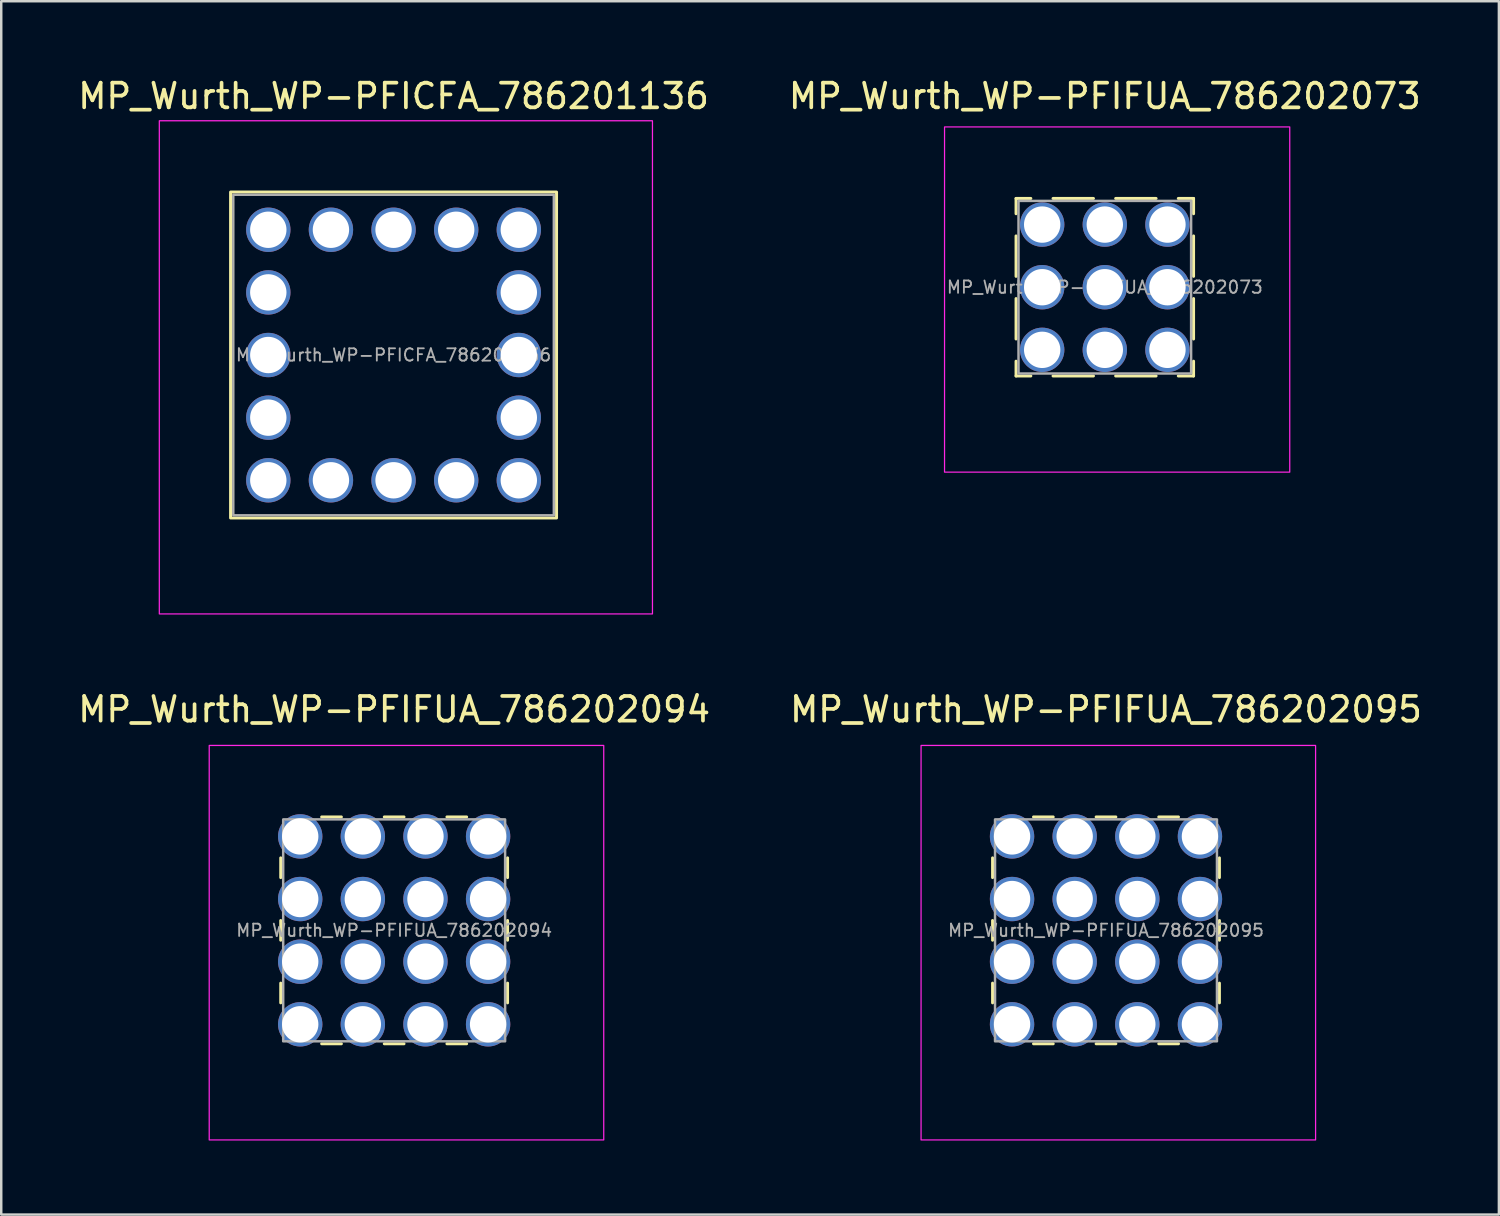
<source format=kicad_pcb>
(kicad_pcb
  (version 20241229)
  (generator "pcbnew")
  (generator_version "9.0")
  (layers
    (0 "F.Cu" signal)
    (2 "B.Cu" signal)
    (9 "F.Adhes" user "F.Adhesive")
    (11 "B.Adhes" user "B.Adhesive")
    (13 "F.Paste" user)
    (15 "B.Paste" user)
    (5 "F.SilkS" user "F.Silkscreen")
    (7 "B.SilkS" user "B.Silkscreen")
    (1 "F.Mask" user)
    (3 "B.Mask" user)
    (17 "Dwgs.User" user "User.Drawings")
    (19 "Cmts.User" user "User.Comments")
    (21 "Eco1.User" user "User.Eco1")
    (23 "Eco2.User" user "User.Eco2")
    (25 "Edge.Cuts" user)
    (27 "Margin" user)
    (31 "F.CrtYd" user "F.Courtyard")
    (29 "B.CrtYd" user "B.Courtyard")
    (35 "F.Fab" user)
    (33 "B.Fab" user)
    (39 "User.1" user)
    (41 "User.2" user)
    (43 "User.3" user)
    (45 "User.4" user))
  (footprint "MP_Wurth_WP-PFIFUA_786202094"
    (layer "F.Cu")
    (at 12.935 34.681)
    (property "Reference" "MP_Wurth_WP-PFIFUA_786202094" (at 0 -8.96 0) (unlocked yes) (layer "F.SilkS") (effects (font (size 1 1) (thickness 0.15))))
    (attr through_hole)
    (fp_line (start -4.6 -2.14) (end -4.6 -2.94) (stroke (width 0.12) (type solid)) (layer "F.SilkS"))
    (fp_line (start -4.6 0.4) (end -4.6 -0.4) (stroke (width 0.12) (type solid)) (layer "F.SilkS"))
    (fp_line (start -4.6 2.94) (end -4.6 2.14) (stroke (width 0.12) (type solid)) (layer "F.SilkS"))
    (fp_line (start -2.94 -4.6) (end -2.14 -4.6) (stroke (width 0.12) (type solid)) (layer "F.SilkS"))
    (fp_line (start -2.14 4.6) (end -2.94 4.6) (stroke (width 0.12) (type solid)) (layer "F.SilkS"))
    (fp_line (start -0.4 -4.6) (end 0.4 -4.6) (stroke (width 0.12) (type solid)) (layer "F.SilkS"))
    (fp_line (start 0.4 4.6) (end -0.4 4.6) (stroke (width 0.12) (type solid)) (layer "F.SilkS"))
    (fp_line (start 2.14 -4.6) (end 2.94 -4.6) (stroke (width 0.12) (type solid)) (layer "F.SilkS"))
    (fp_line (start 2.94 4.6) (end 2.14 4.6) (stroke (width 0.12) (type solid)) (layer "F.SilkS"))
    (fp_line (start 4.6 -2.94) (end 4.6 -2.14) (stroke (width 0.12) (type solid)) (layer "F.SilkS"))
    (fp_line (start 4.6 -0.4) (end 4.6 0.4) (stroke (width 0.12) (type solid)) (layer "F.SilkS"))
    (fp_line (start 4.6 2.14) (end 4.6 2.94) (stroke (width 0.12) (type solid)) (layer "F.SilkS"))
    (fp_rect (start -7.5 -7.5) (end 8.5 8.5) (stroke (width 0.05) (type solid)) (fill no) (layer "F.CrtYd"))
    (fp_rect (start -4.5 -4.5) (end 4.5 4.5) (stroke (width 0.1) (type solid)) (fill no) (layer "F.Fab"))
    (fp_text user "${REFERENCE}" (at 0 0 0) (unlocked yes) (layer "F.Fab") (effects (font (size 0.5 0.5) (thickness 0.075))))
    (pad "1" thru_hole circle (at -3.81 -3.81) (size 1.8 1.8) (drill 1.475) (layers "*.Cu" "*.Mask"))
    (pad "1" thru_hole circle (at -3.81 -1.27) (size 1.8 1.8) (drill 1.475) (layers "*.Cu" "*.Mask"))
    (pad "1" thru_hole circle (at -3.81 1.27) (size 1.8 1.8) (drill 1.475) (layers "*.Cu" "*.Mask"))
    (pad "1" thru_hole circle (at -3.81 3.81) (size 1.8 1.8) (drill 1.475) (layers "*.Cu" "*.Mask"))
    (pad "1" thru_hole circle (at -1.27 -3.81) (size 1.8 1.8) (drill 1.475) (layers "*.Cu" "*.Mask"))
    (pad "1" thru_hole circle (at -1.27 -1.27) (size 1.8 1.8) (drill 1.475) (layers "*.Cu" "*.Mask"))
    (pad "1" thru_hole circle (at -1.27 1.27) (size 1.8 1.8) (drill 1.475) (layers "*.Cu" "*.Mask"))
    (pad "1" thru_hole circle (at -1.27 3.81) (size 1.8 1.8) (drill 1.475) (layers "*.Cu" "*.Mask"))
    (pad "1" thru_hole circle (at 1.27 -3.81) (size 1.8 1.8) (drill 1.475) (layers "*.Cu" "*.Mask"))
    (pad "1" thru_hole circle (at 1.27 -1.27) (size 1.8 1.8) (drill 1.475) (layers "*.Cu" "*.Mask"))
    (pad "1" thru_hole circle (at 1.27 1.27) (size 1.8 1.8) (drill 1.475) (layers "*.Cu" "*.Mask"))
    (pad "1" thru_hole circle (at 1.27 3.81) (size 1.8 1.8) (drill 1.475) (layers "*.Cu" "*.Mask"))
    (pad "1" thru_hole circle (at 3.81 -3.81) (size 1.8 1.8) (drill 1.475) (layers "*.Cu" "*.Mask"))
    (pad "1" thru_hole circle (at 3.81 -1.27) (size 1.8 1.8) (drill 1.475) (layers "*.Cu" "*.Mask"))
    (pad "1" thru_hole circle (at 3.81 1.27) (size 1.8 1.8) (drill 1.475) (layers "*.Cu" "*.Mask"))
    (pad "1" thru_hole circle (at 3.81 3.81) (size 1.8 1.8) (drill 1.475) (layers "*.Cu" "*.Mask")))
  (footprint "MP_Wurth_WP-PFIFUA_786202095"
    (layer "F.Cu")
    (at 41.804 34.681)
    (property "Reference" "MP_Wurth_WP-PFIFUA_786202095" (at 0 -8.96 0) (unlocked yes) (layer "F.SilkS") (effects (font (size 1 1) (thickness 0.15))))
    (attr through_hole)
    (fp_line (start -4.6 -2.14) (end -4.6 -2.94) (stroke (width 0.12) (type solid)) (layer "F.SilkS"))
    (fp_line (start -4.6 0.4) (end -4.6 -0.4) (stroke (width 0.12) (type solid)) (layer "F.SilkS"))
    (fp_line (start -4.6 2.94) (end -4.6 2.14) (stroke (width 0.12) (type solid)) (layer "F.SilkS"))
    (fp_line (start -2.94 -4.6) (end -2.14 -4.6) (stroke (width 0.12) (type solid)) (layer "F.SilkS"))
    (fp_line (start -2.14 4.6) (end -2.94 4.6) (stroke (width 0.12) (type solid)) (layer "F.SilkS"))
    (fp_line (start -0.4 -4.6) (end 0.4 -4.6) (stroke (width 0.12) (type solid)) (layer "F.SilkS"))
    (fp_line (start 0.4 4.6) (end -0.4 4.6) (stroke (width 0.12) (type solid)) (layer "F.SilkS"))
    (fp_line (start 2.14 -4.6) (end 2.94 -4.6) (stroke (width 0.12) (type solid)) (layer "F.SilkS"))
    (fp_line (start 2.94 4.6) (end 2.14 4.6) (stroke (width 0.12) (type solid)) (layer "F.SilkS"))
    (fp_line (start 4.6 -2.94) (end 4.6 -2.14) (stroke (width 0.12) (type solid)) (layer "F.SilkS"))
    (fp_line (start 4.6 -0.4) (end 4.6 0.4) (stroke (width 0.12) (type solid)) (layer "F.SilkS"))
    (fp_line (start 4.6 2.14) (end 4.6 2.94) (stroke (width 0.12) (type solid)) (layer "F.SilkS"))
    (fp_rect (start -7.5 -7.5) (end 8.5 8.5) (stroke (width 0.05) (type solid)) (fill no) (layer "F.CrtYd"))
    (fp_rect (start -4.5 -4.5) (end 4.5 4.5) (stroke (width 0.1) (type solid)) (fill no) (layer "F.Fab"))
    (fp_text user "${REFERENCE}" (at 0 0 0) (unlocked yes) (layer "F.Fab") (effects (font (size 0.5 0.5) (thickness 0.075))))
    (pad "1" thru_hole circle (at -3.81 -3.81) (size 1.8 1.8) (drill 1.475) (layers "*.Cu" "*.Mask"))
    (pad "1" thru_hole circle (at -3.81 -1.27) (size 1.8 1.8) (drill 1.475) (layers "*.Cu" "*.Mask"))
    (pad "1" thru_hole circle (at -3.81 1.27) (size 1.8 1.8) (drill 1.475) (layers "*.Cu" "*.Mask"))
    (pad "1" thru_hole circle (at -3.81 3.81) (size 1.8 1.8) (drill 1.475) (layers "*.Cu" "*.Mask"))
    (pad "1" thru_hole circle (at -1.27 -3.81) (size 1.8 1.8) (drill 1.475) (layers "*.Cu" "*.Mask"))
    (pad "1" thru_hole circle (at -1.27 -1.27) (size 1.8 1.8) (drill 1.475) (layers "*.Cu" "*.Mask"))
    (pad "1" thru_hole circle (at -1.27 1.27) (size 1.8 1.8) (drill 1.475) (layers "*.Cu" "*.Mask"))
    (pad "1" thru_hole circle (at -1.27 3.81) (size 1.8 1.8) (drill 1.475) (layers "*.Cu" "*.Mask"))
    (pad "1" thru_hole circle (at 1.27 -3.81) (size 1.8 1.8) (drill 1.475) (layers "*.Cu" "*.Mask"))
    (pad "1" thru_hole circle (at 1.27 -1.27) (size 1.8 1.8) (drill 1.475) (layers "*.Cu" "*.Mask"))
    (pad "1" thru_hole circle (at 1.27 1.27) (size 1.8 1.8) (drill 1.475) (layers "*.Cu" "*.Mask"))
    (pad "1" thru_hole circle (at 1.27 3.81) (size 1.8 1.8) (drill 1.475) (layers "*.Cu" "*.Mask"))
    (pad "1" thru_hole circle (at 3.81 -3.81) (size 1.8 1.8) (drill 1.475) (layers "*.Cu" "*.Mask"))
    (pad "1" thru_hole circle (at 3.81 -1.27) (size 1.8 1.8) (drill 1.475) (layers "*.Cu" "*.Mask"))
    (pad "1" thru_hole circle (at 3.81 1.27) (size 1.8 1.8) (drill 1.475) (layers "*.Cu" "*.Mask"))
    (pad "1" thru_hole circle (at 3.81 3.81) (size 1.8 1.8) (drill 1.475) (layers "*.Cu" "*.Mask")))
  (footprint "MP_Wurth_WP-PFICFA_786201136"
    (layer "F.Cu")
    (at 12.911 11.348)
    (property "Reference" "MP_Wurth_WP-PFICFA_786201136" (at 0 -10.5 0) (unlocked yes) (layer "F.SilkS") (effects (font (size 1 1) (thickness 0.15))))
    (attr through_hole)
    (fp_rect (start -6.61 -6.61) (end 6.61 6.61) (stroke (width 0.12) (type default)) (fill no) (layer "F.SilkS"))
    (fp_rect (start -9.5 -9.5) (end 10.5 10.5) (stroke (width 0.05) (type solid)) (fill no) (layer "F.CrtYd"))
    (fp_rect (start -6.5 -6.5) (end 6.5 6.5) (stroke (width 0.1) (type solid)) (fill no) (layer "F.Fab"))
    (fp_text user "${REFERENCE}" (at 0 0 0) (unlocked yes) (layer "F.Fab") (effects (font (size 0.5 0.5) (thickness 0.075))))
    (pad "1" thru_hole circle (at -5.08 -5.08) (size 1.8 1.8) (drill 1.475) (layers "*.Cu" "*.Mask"))
    (pad "1" thru_hole circle (at -5.08 -2.54) (size 1.8 1.8) (drill 1.475) (layers "*.Cu" "*.Mask"))
    (pad "1" thru_hole circle (at -5.08 0) (size 1.8 1.8) (drill 1.475) (layers "*.Cu" "*.Mask"))
    (pad "1" thru_hole circle (at -5.08 2.54) (size 1.8 1.8) (drill 1.475) (layers "*.Cu" "*.Mask"))
    (pad "1" thru_hole circle (at -5.08 5.08) (size 1.8 1.8) (drill 1.475) (layers "*.Cu" "*.Mask"))
    (pad "1" thru_hole circle (at -2.54 -5.08) (size 1.8 1.8) (drill 1.475) (layers "*.Cu" "*.Mask"))
    (pad "1" thru_hole circle (at -2.54 5.08) (size 1.8 1.8) (drill 1.475) (layers "*.Cu" "*.Mask"))
    (pad "1" thru_hole circle (at 0 -5.08) (size 1.8 1.8) (drill 1.475) (layers "*.Cu" "*.Mask"))
    (pad "1" thru_hole circle (at 0 5.08) (size 1.8 1.8) (drill 1.475) (layers "*.Cu" "*.Mask"))
    (pad "1" thru_hole circle (at 2.54 -5.08) (size 1.8 1.8) (drill 1.475) (layers "*.Cu" "*.Mask"))
    (pad "1" thru_hole circle (at 2.54 5.08) (size 1.8 1.8) (drill 1.475) (layers "*.Cu" "*.Mask"))
    (pad "1" thru_hole circle (at 5.08 -5.08) (size 1.8 1.8) (drill 1.475) (layers "*.Cu" "*.Mask"))
    (pad "1" thru_hole circle (at 5.08 -2.54) (size 1.8 1.8) (drill 1.475) (layers "*.Cu" "*.Mask"))
    (pad "1" thru_hole circle (at 5.08 0) (size 1.8 1.8) (drill 1.475) (layers "*.Cu" "*.Mask"))
    (pad "1" thru_hole circle (at 5.08 2.54) (size 1.8 1.8) (drill 1.475) (layers "*.Cu" "*.Mask"))
    (pad "1" thru_hole circle (at 5.08 5.08) (size 1.8 1.8) (drill 1.475) (layers "*.Cu" "*.Mask")))
  (footprint "MP_Wurth_WP-PFIFUA_786202073"
    (layer "F.Cu")
    (at 41.756 8.598)
    (property "Reference" "MP_Wurth_WP-PFIFUA_786202073" (at 0 -7.75 0) (unlocked yes) (layer "F.SilkS") (effects (font (size 1 1) (thickness 0.15))))
    (attr through_hole)
    (fp_line (start -3.6 -3.6) (end -3 -3.6) (stroke (width 0.12) (type solid)) (layer "F.SilkS"))
    (fp_line (start -3.6 -2.98) (end -3.6 -3.6) (stroke (width 0.12) (type solid)) (layer "F.SilkS"))
    (fp_line (start -3.6 -0.44) (end -3.6 -2.08) (stroke (width 0.12) (type solid)) (layer "F.SilkS"))
    (fp_line (start -3.6 2.1) (end -3.6 0.46) (stroke (width 0.12) (type solid)) (layer "F.SilkS"))
    (fp_line (start -3.6 3.6) (end -3.6 3) (stroke (width 0.12) (type solid)) (layer "F.SilkS"))
    (fp_line (start -3 3.6) (end -3.6 3.6) (stroke (width 0.12) (type solid)) (layer "F.SilkS"))
    (fp_line (start -2.1 -3.6) (end -0.46 -3.6) (stroke (width 0.12) (type solid)) (layer "F.SilkS"))
    (fp_line (start -0.46 3.6) (end -2.1 3.6) (stroke (width 0.12) (type solid)) (layer "F.SilkS"))
    (fp_line (start 0.44 -3.6) (end 2.08 -3.6) (stroke (width 0.12) (type solid)) (layer "F.SilkS"))
    (fp_line (start 2.08 3.6) (end 0.44 3.6) (stroke (width 0.12) (type solid)) (layer "F.SilkS"))
    (fp_line (start 2.98 -3.6) (end 3.6 -3.6) (stroke (width 0.12) (type solid)) (layer "F.SilkS"))
    (fp_line (start 3.6 -3.6) (end 3.6 -2.98) (stroke (width 0.12) (type solid)) (layer "F.SilkS"))
    (fp_line (start 3.6 -2.08) (end 3.6 -0.44) (stroke (width 0.12) (type solid)) (layer "F.SilkS"))
    (fp_line (start 3.6 0.46) (end 3.6 2.1) (stroke (width 0.12) (type solid)) (layer "F.SilkS"))
    (fp_line (start 3.6 3) (end 3.6 3.6) (stroke (width 0.12) (type solid)) (layer "F.SilkS"))
    (fp_line (start 3.6 3.6) (end 2.98 3.6) (stroke (width 0.12) (type solid)) (layer "F.SilkS"))
    (fp_rect (start -6.5 -6.5) (end 7.5 7.5) (stroke (width 0.05) (type solid)) (fill no) (layer "F.CrtYd"))
    (fp_rect (start -3.5 -3.5) (end 3.5 3.5) (stroke (width 0.1) (type solid)) (fill no) (layer "F.Fab"))
    (fp_text user "${REFERENCE}" (at 0 0 0) (unlocked yes) (layer "F.Fab") (effects (font (size 0.5 0.5) (thickness 0.075))))
    (pad "1" thru_hole circle (at -2.54 -2.54) (size 1.8 1.8) (drill 1.475) (layers "*.Cu" "*.Mask"))
    (pad "1" thru_hole circle (at -2.54 0) (size 1.8 1.8) (drill 1.475) (layers "*.Cu" "*.Mask"))
    (pad "1" thru_hole circle (at -2.54 2.54) (size 1.8 1.8) (drill 1.475) (layers "*.Cu" "*.Mask"))
    (pad "1" thru_hole circle (at 0 -2.54) (size 1.8 1.8) (drill 1.475) (layers "*.Cu" "*.Mask"))
    (pad "1" thru_hole circle (at 0 0) (size 1.8 1.8) (drill 1.475) (layers "*.Cu" "*.Mask"))
    (pad "1" thru_hole circle (at 0 2.54) (size 1.8 1.8) (drill 1.475) (layers "*.Cu" "*.Mask"))
    (pad "1" thru_hole circle (at 2.54 -2.54) (size 1.8 1.8) (drill 1.475) (layers "*.Cu" "*.Mask"))
    (pad "1" thru_hole circle (at 2.54 0) (size 1.8 1.8) (drill 1.475) (layers "*.Cu" "*.Mask"))
    (pad "1" thru_hole circle (at 2.54 2.54) (size 1.8 1.8) (drill 1.475) (layers "*.Cu" "*.Mask")))
  (gr_rect
    (start -3 -3)
    (end 57.738 46.206)
    (stroke (width 0.1) (type default))
    (fill no)
    (layer "Edge.Cuts")))
</source>
